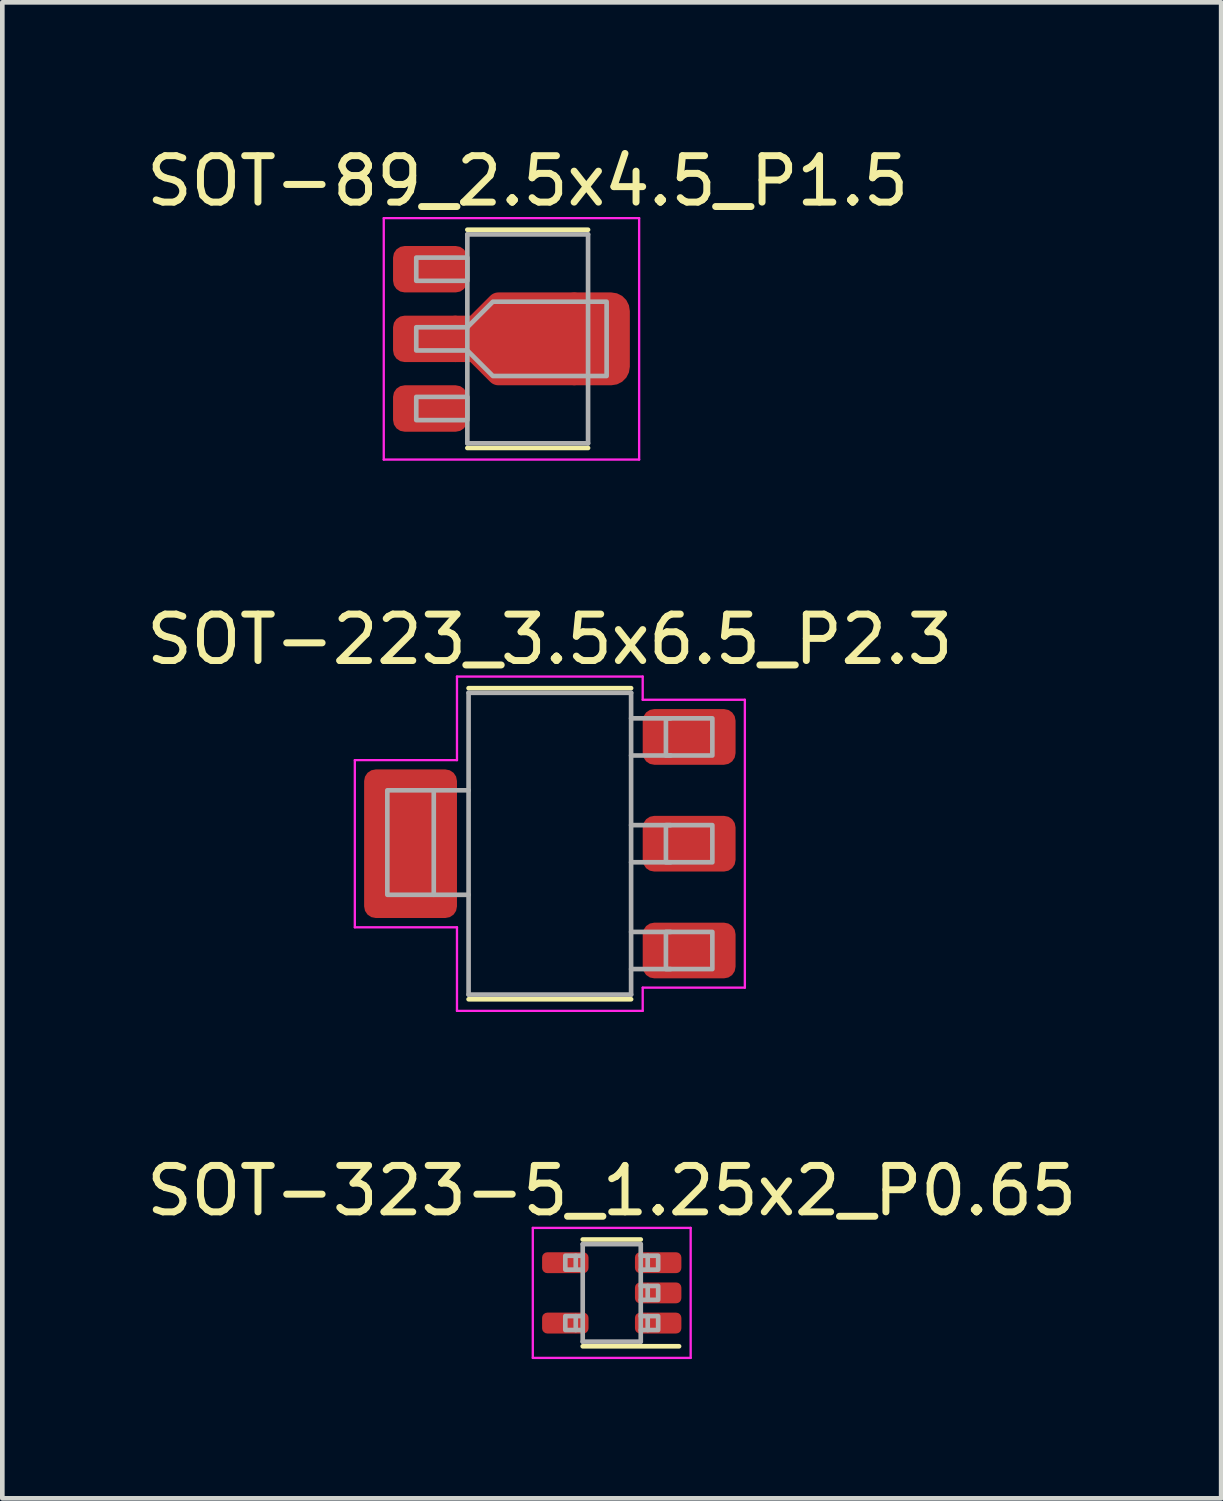
<source format=kicad_pcb>
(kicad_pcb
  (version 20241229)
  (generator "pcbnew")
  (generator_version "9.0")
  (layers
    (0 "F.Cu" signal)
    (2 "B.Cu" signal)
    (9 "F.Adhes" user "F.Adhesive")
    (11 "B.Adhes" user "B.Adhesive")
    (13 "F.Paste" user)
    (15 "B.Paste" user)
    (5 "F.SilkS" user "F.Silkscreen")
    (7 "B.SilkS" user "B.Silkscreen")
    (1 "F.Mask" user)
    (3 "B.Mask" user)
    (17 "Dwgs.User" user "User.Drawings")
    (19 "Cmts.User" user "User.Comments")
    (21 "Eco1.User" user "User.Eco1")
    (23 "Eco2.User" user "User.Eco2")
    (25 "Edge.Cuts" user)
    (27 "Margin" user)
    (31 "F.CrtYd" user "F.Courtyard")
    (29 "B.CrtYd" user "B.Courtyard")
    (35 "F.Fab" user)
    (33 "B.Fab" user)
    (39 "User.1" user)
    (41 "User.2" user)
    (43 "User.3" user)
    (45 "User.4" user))
  (footprint "SOT-223_3.5x6.5_P2.3"
    (layer "F.Cu")
    (at 8.792 15.121)
    (property "Reference" "SOT-223_3.5x6.5_P2.3" (at 0 -4.4 0) (layer "F.SilkS") (effects (font (size 1 1) (thickness 0.15))))
    (attr smd)
    (fp_line (start -1.75 -3.35) (end 1.75 -3.35) (stroke (width 0.1) (type solid)) (layer "F.SilkS"))
    (fp_line (start -1.75 3.35) (end 1.75 3.35) (stroke (width 0.1) (type solid)) (layer "F.SilkS"))
    (fp_line (start -4.2 -1.8) (end -4.2 1.8) (stroke (width 0.05) (type solid)) (layer "F.CrtYd"))
    (fp_line (start -4.2 -1.8) (end -2 -1.8) (stroke (width 0.05) (type solid)) (layer "F.CrtYd"))
    (fp_line (start -4.2 1.8) (end -2 1.8) (stroke (width 0.05) (type solid)) (layer "F.CrtYd"))
    (fp_line (start -2 -3.6) (end -2 -1.8) (stroke (width 0.05) (type solid)) (layer "F.CrtYd"))
    (fp_line (start -2 1.8) (end -2 3.6) (stroke (width 0.05) (type solid)) (layer "F.CrtYd"))
    (fp_line (start -2 3.6) (end 2 3.6) (stroke (width 0.05) (type solid)) (layer "F.CrtYd"))
    (fp_line (start 2 -3.6) (end -2 -3.6) (stroke (width 0.05) (type solid)) (layer "F.CrtYd"))
    (fp_line (start 2 -3.6) (end 2 -3.1) (stroke (width 0.05) (type solid)) (layer "F.CrtYd"))
    (fp_line (start 2 -3.1) (end 4.2 -3.1) (stroke (width 0.05) (type solid)) (layer "F.CrtYd"))
    (fp_line (start 2 3.1) (end 2 3.6) (stroke (width 0.05) (type solid)) (layer "F.CrtYd"))
    (fp_line (start 2 3.1) (end 4.2 3.1) (stroke (width 0.05) (type solid)) (layer "F.CrtYd"))
    (fp_line (start 4.2 3.1) (end 4.2 -3.1) (stroke (width 0.05) (type solid)) (layer "F.CrtYd"))
    (fp_line (start -2.5 -1.15) (end -1.75 -1.15) (stroke (width 0.1) (type solid)) (layer "F.Fab"))
    (fp_line (start -2.5 1.1) (end -1.75 1.1) (stroke (width 0.1) (type solid)) (layer "F.Fab"))
    (fp_line (start -1.75 -3.25) (end -1.75 3.25) (stroke (width 0.1) (type solid)) (layer "F.Fab"))
    (fp_line (start -1.75 3.25) (end 1.75 3.25) (stroke (width 0.1) (type solid)) (layer "F.Fab"))
    (fp_line (start 1.75 -3.25) (end -1.75 -3.25) (stroke (width 0.1) (type solid)) (layer "F.Fab"))
    (fp_line (start 1.75 3.25) (end 1.75 -3.25) (stroke (width 0.1) (type solid)) (layer "F.Fab"))
    (fp_line (start 2.6 -2.7) (end 1.75 -2.7) (stroke (width 0.1) (type solid)) (layer "F.Fab"))
    (fp_line (start 2.6 -1.9) (end 1.75 -1.9) (stroke (width 0.1) (type solid)) (layer "F.Fab"))
    (fp_line (start 2.6 -0.4) (end 1.75 -0.4) (stroke (width 0.1) (type solid)) (layer "F.Fab"))
    (fp_line (start 2.6 0.4) (end 1.75 0.4) (stroke (width 0.1) (type solid)) (layer "F.Fab"))
    (fp_line (start 2.6 1.9) (end 1.75 1.9) (stroke (width 0.1) (type solid)) (layer "F.Fab"))
    (fp_line (start 2.6 2.7) (end 1.75 2.7) (stroke (width 0.1) (type solid)) (layer "F.Fab"))
    (fp_poly (pts (xy -2.5 1.1) (xy -3.5 1.1) (xy -3.5 -1.15) (xy -2.5 -1.15)) (stroke (width 0.1) (type solid)) (fill no) (layer "F.Fab"))
    (fp_poly (pts (xy 2.5 -2.7) (xy 3.5 -2.7) (xy 3.5 -1.9) (xy 2.5 -1.9)) (stroke (width 0.1) (type solid)) (fill no) (layer "F.Fab"))
    (fp_poly (pts (xy 2.5 -0.4) (xy 3.5 -0.4) (xy 3.5 0.4) (xy 2.5 0.4)) (stroke (width 0.1) (type solid)) (fill no) (layer "F.Fab"))
    (fp_poly (pts (xy 2.5 1.9) (xy 3.5 1.9) (xy 3.5 2.7) (xy 2.5 2.7)) (stroke (width 0.1) (type solid)) (fill no) (layer "F.Fab"))
    (pad "1" smd roundrect (at 3 2.3 180) (size 2 1.2) (layers "F.Cu" "F.Mask" "F.Paste") (roundrect_rratio 0.208))
    (pad "2" smd roundrect (at -3 0 180) (size 2 3.2) (layers "F.Cu" "F.Mask" "F.Paste") (roundrect_rratio 0.125))
    (pad "2" smd roundrect (at 3 0 180) (size 2 1.2) (layers "F.Cu" "F.Mask" "F.Paste") (roundrect_rratio 0.208))
    (pad "3" smd roundrect (at 3 -2.3 180) (size 2 1.2) (layers "F.Cu" "F.Mask" "F.Paste") (roundrect_rratio 0.208)))
  (footprint "SOT-89_2.5x4.5_P1.5"
    (layer "F.Cu")
    (at 8.315 4.248)
    (property "Reference" "SOT-89_2.5x4.5_P1.5" (at 0 -3.4 0) (layer "F.SilkS") (effects (font (size 1 1) (thickness 0.15))))
    (attr smd)
    (fp_poly (pts (xy 0.99 0.75) (xy -0.63 0.75) (xy -1.13 0.25) (xy -1.55 0.25) (xy -1.55 -0.25) (xy -1.13 -0.25) (xy -0.63 -0.75) (xy 0.99 -0.75)) (stroke (width 0.5) (type solid)) (fill yes) (layer "F.Cu"))
    (fp_poly (pts (xy 0.296 -0.481) (xy 0.377 -0.427) (xy 0.431 -0.346) (xy 0.45 -0.25) (xy 0.45 0.25) (xy 0.431 0.346) (xy 0.377 0.427) (xy 0.296 0.481) (xy 0.2 0.5) (xy -0.9 0.5) (xy -0.996 0.481) (xy -1.077 0.427) (xy -1.131 0.346) (xy -1.15 0.25) (xy -1.15 -0.25) (xy -1.131 -0.346) (xy -1.077 -0.427) (xy -0.996 -0.481) (xy -0.9 -0.5) (xy 0.2 -0.5)) (stroke (width 0) (type solid)) (fill yes) (layer "F.Cu"))
    (fp_line (start -1.3 -2.35) (end 1.3 -2.35) (stroke (width 0.1) (type solid)) (layer "F.SilkS"))
    (fp_line (start 1.3 2.35) (end -1.3 2.35) (stroke (width 0.1) (type solid)) (layer "F.SilkS"))
    (fp_line (start -3.1 -2.6) (end -3.1 2.6) (stroke (width 0.05) (type solid)) (layer "F.CrtYd"))
    (fp_line (start -3.1 2.6) (end 2.4 2.6) (stroke (width 0.05) (type solid)) (layer "F.CrtYd"))
    (fp_line (start 2.4 -2.6) (end -3.1 -2.6) (stroke (width 0.05) (type solid)) (layer "F.CrtYd"))
    (fp_line (start 2.4 2.6) (end 2.4 -2.6) (stroke (width 0.05) (type solid)) (layer "F.CrtYd"))
    (fp_line (start -1.3 -2.25) (end -1.3 2.25) (stroke (width 0.1) (type solid)) (layer "F.Fab"))
    (fp_line (start -1.3 2.25) (end 1.3 2.25) (stroke (width 0.1) (type solid)) (layer "F.Fab"))
    (fp_line (start 1.3 -2.25) (end -1.3 -2.25) (stroke (width 0.1) (type solid)) (layer "F.Fab"))
    (fp_line (start 1.3 2.25) (end 1.3 -2.25) (stroke (width 0.1) (type solid)) (layer "F.Fab"))
    (fp_poly (pts (xy -1.3 -1.25) (xy -2.4 -1.25) (xy -2.4 -1.75) (xy -1.3 -1.75)) (stroke (width 0.1) (type solid)) (fill no) (layer "F.Fab"))
    (fp_poly (pts (xy -1.3 1.75) (xy -2.4 1.75) (xy -2.4 1.25) (xy -1.3 1.25)) (stroke (width 0.1) (type solid)) (fill no) (layer "F.Fab"))
    (fp_poly (pts (xy 1.7 0.8) (xy -0.75 0.8) (xy -1.3 0.25) (xy -2.4 0.25) (xy -2.4 -0.25) (xy -1.3 -0.25) (xy -0.75 -0.8) (xy 1.7 -0.8)) (stroke (width 0.1) (type solid)) (fill no) (layer "F.Fab"))
    (pad "1" smd roundrect (at -2.1 -1.5) (size 1.6 1) (layers "F.Cu" "F.Mask" "F.Paste") (roundrect_rratio 0.25))
    (pad "2" smd roundrect (at -2.1 0) (size 1.6 1) (layers "F.Cu" "F.Mask" "F.Paste") (roundrect_rratio 0.25))
    (pad "2" smd circle (at -0.35 0) (size 1 1) (layers "F.Cu"))
    (pad "2" smd roundrect (at 1.4 0) (size 1.6 2) (layers "F.Cu") (roundrect_rratio 0.25))
    (pad "3" smd roundrect (at -2.1 1.5) (size 1.6 1) (layers "F.Cu" "F.Mask" "F.Paste") (roundrect_rratio 0.25)))
  (footprint "SOT-323-5_1.25x2_P0.65"
    (layer "F.Cu")
    (at 10.125 24.795)
    (property "Reference" "SOT-323-5_1.25x2_P0.65" (at 0 -2.2 0) (layer "F.SilkS") (effects (font (size 1 1) (thickness 0.15))))
    (attr smd)
    (fp_line (start -0.625 -1.15) (end 0.625 -1.15) (stroke (width 0.1) (type solid)) (layer "F.SilkS"))
    (fp_line (start -0.625 1.15) (end 1.45 1.15) (stroke (width 0.1) (type solid)) (layer "F.SilkS"))
    (fp_line (start -1.7 -1.4) (end -1.7 1.4) (stroke (width 0.05) (type solid)) (layer "F.CrtYd"))
    (fp_line (start -1.7 1.4) (end 1.7 1.4) (stroke (width 0.05) (type solid)) (layer "F.CrtYd"))
    (fp_line (start 1.7 -1.4) (end -1.7 -1.4) (stroke (width 0.05) (type solid)) (layer "F.CrtYd"))
    (fp_line (start 1.7 1.4) (end 1.7 -1.4) (stroke (width 0.05) (type solid)) (layer "F.CrtYd"))
    (fp_line (start -0.775 -0.8) (end -0.625 -0.8) (stroke (width 0.1) (type solid)) (layer "F.Fab"))
    (fp_line (start -0.775 -0.5) (end -0.625 -0.5) (stroke (width 0.1) (type solid)) (layer "F.Fab"))
    (fp_line (start -0.775 0.5) (end -0.625 0.5) (stroke (width 0.1) (type solid)) (layer "F.Fab"))
    (fp_line (start -0.775 0.8) (end -0.625 0.8) (stroke (width 0.1) (type solid)) (layer "F.Fab"))
    (fp_line (start -0.625 -1.05) (end -0.625 1.05) (stroke (width 0.1) (type solid)) (layer "F.Fab"))
    (fp_line (start -0.625 1.05) (end 0.625 1.05) (stroke (width 0.1) (type solid)) (layer "F.Fab"))
    (fp_line (start 0.625 -1.05) (end -0.625 -1.05) (stroke (width 0.1) (type solid)) (layer "F.Fab"))
    (fp_line (start 0.625 1.05) (end 0.625 -1.05) (stroke (width 0.1) (type solid)) (layer "F.Fab"))
    (fp_line (start 0.775 -0.8) (end 0.625 -0.8) (stroke (width 0.1) (type solid)) (layer "F.Fab"))
    (fp_line (start 0.775 -0.5) (end 0.625 -0.5) (stroke (width 0.1) (type solid)) (layer "F.Fab"))
    (fp_line (start 0.775 -0.15) (end 0.625 -0.15) (stroke (width 0.1) (type solid)) (layer "F.Fab"))
    (fp_line (start 0.775 0.15) (end 0.625 0.15) (stroke (width 0.1) (type solid)) (layer "F.Fab"))
    (fp_line (start 0.775 0.5) (end 0.625 0.5) (stroke (width 0.1) (type solid)) (layer "F.Fab"))
    (fp_line (start 0.775 0.8) (end 0.625 0.8) (stroke (width 0.1) (type solid)) (layer "F.Fab"))
    (fp_poly (pts (xy -0.775 -0.5) (xy -1 -0.5) (xy -1 -0.8) (xy -0.775 -0.8)) (stroke (width 0.1) (type solid)) (fill no) (layer "F.Fab"))
    (fp_poly (pts (xy -0.775 0.8) (xy -1 0.8) (xy -1 0.5) (xy -0.775 0.5)) (stroke (width 0.1) (type solid)) (fill no) (layer "F.Fab"))
    (fp_poly (pts (xy 0.775 -0.8) (xy 1 -0.8) (xy 1 -0.5) (xy 0.775 -0.5)) (stroke (width 0.1) (type solid)) (fill no) (layer "F.Fab"))
    (fp_poly (pts (xy 0.775 -0.15) (xy 1 -0.15) (xy 1 0.15) (xy 0.775 0.15)) (stroke (width 0.1) (type solid)) (fill no) (layer "F.Fab"))
    (fp_poly (pts (xy 0.775 0.5) (xy 1 0.5) (xy 1 0.8) (xy 0.775 0.8)) (stroke (width 0.1) (type solid)) (fill no) (layer "F.Fab"))
    (pad "1" smd roundrect (at 1 0.65 180) (size 1 0.45) (layers "F.Cu" "F.Mask" "F.Paste") (roundrect_rratio 0.25))
    (pad "2" smd roundrect (at 1 0 180) (size 1 0.45) (layers "F.Cu" "F.Mask" "F.Paste") (roundrect_rratio 0.25))
    (pad "3" smd roundrect (at 1 -0.65 180) (size 1 0.45) (layers "F.Cu" "F.Mask" "F.Paste") (roundrect_rratio 0.25))
    (pad "4" smd roundrect (at -1 -0.65 180) (size 1 0.45) (layers "F.Cu" "F.Mask" "F.Paste") (roundrect_rratio 0.25))
    (pad "5" smd roundrect (at -1 0.65 180) (size 1 0.45) (layers "F.Cu" "F.Mask" "F.Paste") (roundrect_rratio 0.25)))
  (gr_rect
    (start -3 -3)
    (end 23.25 29.22)
    (stroke (width 0.1) (type default))
    (fill no)
    (layer "Edge.Cuts")))
</source>
